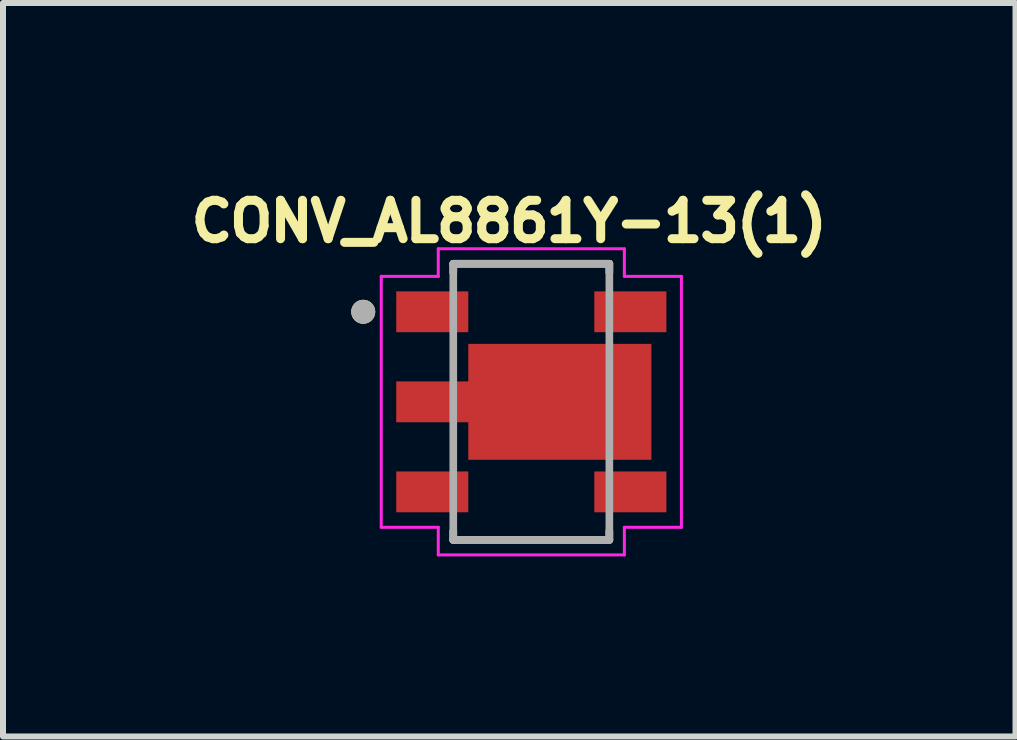
<source format=kicad_pcb>
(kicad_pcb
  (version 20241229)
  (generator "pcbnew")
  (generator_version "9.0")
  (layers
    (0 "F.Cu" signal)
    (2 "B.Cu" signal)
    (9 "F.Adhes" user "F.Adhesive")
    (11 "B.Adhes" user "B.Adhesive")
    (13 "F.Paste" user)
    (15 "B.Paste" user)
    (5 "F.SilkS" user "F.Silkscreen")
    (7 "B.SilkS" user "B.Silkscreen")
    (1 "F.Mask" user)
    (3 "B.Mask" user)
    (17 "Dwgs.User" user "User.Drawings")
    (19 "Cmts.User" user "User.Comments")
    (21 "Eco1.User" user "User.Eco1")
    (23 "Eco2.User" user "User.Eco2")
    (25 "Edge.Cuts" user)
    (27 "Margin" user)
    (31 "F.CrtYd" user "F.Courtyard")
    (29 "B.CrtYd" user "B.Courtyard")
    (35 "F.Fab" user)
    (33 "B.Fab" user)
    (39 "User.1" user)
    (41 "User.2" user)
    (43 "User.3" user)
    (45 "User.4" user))
  (footprint "CONV_AL8861Y-13(1)"
    (layer "F.Cu")
    (at 5.801 3.644)
    (property "Reference" "CONV_AL8861Y-13(1)" (at -0.368 -3.006 0) (layer "F.SilkS") (effects (font (size 0.64 0.64) (thickness 0.15))))
    (attr smd)
    (fp_poly (pts (xy -1.15 -0.44) (xy -1.15 -1.065) (xy 2.1 -1.065) (xy 2.1 1.065) (xy -1.15 1.065) (xy -1.15 0.44) (xy -2.35 0.44) (xy -2.35 -0.44)) (stroke (width 0.001) (type solid)) (fill yes) (layer "F.Mask"))
    (fp_line (start -1.3 -2.3) (end -1.3 -2.154) (stroke (width 0.127) (type solid)) (layer "F.SilkS"))
    (fp_line (start -1.3 2.154) (end -1.3 2.3) (stroke (width 0.127) (type solid)) (layer "F.SilkS"))
    (fp_line (start -1.3 2.3) (end 1.3 2.3) (stroke (width 0.127) (type solid)) (layer "F.SilkS"))
    (fp_line (start 1.3 -2.3) (end -1.3 -2.3) (stroke (width 0.127) (type solid)) (layer "F.SilkS"))
    (fp_line (start 1.3 -2.154) (end 1.3 -2.3) (stroke (width 0.127) (type solid)) (layer "F.SilkS"))
    (fp_line (start 1.3 2.3) (end 1.3 2.154) (stroke (width 0.127) (type solid)) (layer "F.SilkS"))
    (fp_circle (center -2.8 -1.5) (end -2.7 -1.5) (stroke (width 0.2) (type solid)) (fill no) (layer "F.SilkS"))
    (fp_poly (pts (xy -1.05 -0.34) (xy -1.05 -0.965) (xy 2 -0.965) (xy 2 0.965) (xy -1.05 0.965) (xy -1.05 0.34) (xy -2.25 0.34) (xy -2.25 -0.34)) (stroke (width 0.001) (type solid)) (fill yes) (layer "F.Paste"))
    (fp_line (start -2.5 -2.09) (end -1.55 -2.09) (stroke (width 0.05) (type solid)) (layer "F.CrtYd"))
    (fp_line (start -2.5 2.09) (end -2.5 -2.09) (stroke (width 0.05) (type solid)) (layer "F.CrtYd"))
    (fp_line (start -1.55 -2.55) (end 1.55 -2.55) (stroke (width 0.05) (type solid)) (layer "F.CrtYd"))
    (fp_line (start -1.55 -2.09) (end -1.55 -2.55) (stroke (width 0.05) (type solid)) (layer "F.CrtYd"))
    (fp_line (start -1.55 2.09) (end -2.5 2.09) (stroke (width 0.05) (type solid)) (layer "F.CrtYd"))
    (fp_line (start -1.55 2.55) (end -1.55 2.09) (stroke (width 0.05) (type solid)) (layer "F.CrtYd"))
    (fp_line (start 1.55 -2.55) (end 1.55 -2.09) (stroke (width 0.05) (type solid)) (layer "F.CrtYd"))
    (fp_line (start 1.55 -2.09) (end 2.5 -2.09) (stroke (width 0.05) (type solid)) (layer "F.CrtYd"))
    (fp_line (start 1.55 2.09) (end 1.55 2.55) (stroke (width 0.05) (type solid)) (layer "F.CrtYd"))
    (fp_line (start 1.55 2.55) (end -1.55 2.55) (stroke (width 0.05) (type solid)) (layer "F.CrtYd"))
    (fp_line (start 2.5 -2.09) (end 2.5 2.09) (stroke (width 0.05) (type solid)) (layer "F.CrtYd"))
    (fp_line (start 2.5 2.09) (end 1.55 2.09) (stroke (width 0.05) (type solid)) (layer "F.CrtYd"))
    (fp_line (start -1.3 -2.3) (end 1.3 -2.3) (stroke (width 0.127) (type solid)) (layer "F.Fab"))
    (fp_line (start -1.3 2.3) (end -1.3 -2.3) (stroke (width 0.127) (type solid)) (layer "F.Fab"))
    (fp_line (start 1.3 -2.3) (end 1.3 2.3) (stroke (width 0.127) (type solid)) (layer "F.Fab"))
    (fp_line (start 1.3 2.3) (end -1.3 2.3) (stroke (width 0.127) (type solid)) (layer "F.Fab"))
    (fp_circle (center -2.8 -1.5) (end -2.7 -1.5) (stroke (width 0.2) (type solid)) (fill no) (layer "F.Fab"))
    (pad "1" smd rect (at -1.65 -1.5) (size 1.2 0.68) (layers "F.Cu" "F.Mask" "F.Paste"))
    (pad "2" smd custom (at -1.65 0) (size 1.2 0.68) (layers "F.Cu") (options (anchor rect)) (primitives (gr_poly (pts (xy 0.6 -0.34) (xy 0.6 -0.965) (xy 3.65 -0.965) (xy 3.65 0.965) (xy 0.6 0.965) (xy 0.6 0.34) (xy -0.6 0.34) (xy -0.6 -0.34)) (width 0.001) (fill yes))))
    (pad "3" smd rect (at -1.65 1.5) (size 1.2 0.68) (layers "F.Cu" "F.Mask" "F.Paste"))
    (pad "4" smd rect (at 1.65 1.5) (size 1.2 0.68) (layers "F.Cu" "F.Mask" "F.Paste"))
    (pad "5" smd rect (at 1.65 -1.5) (size 1.2 0.68) (layers "F.Cu" "F.Mask" "F.Paste")))
  (gr_rect
    (start -3 -3)
    (end 13.867 9.219)
    (stroke (width 0.1) (type default))
    (fill no)
    (layer "Edge.Cuts")))
</source>
